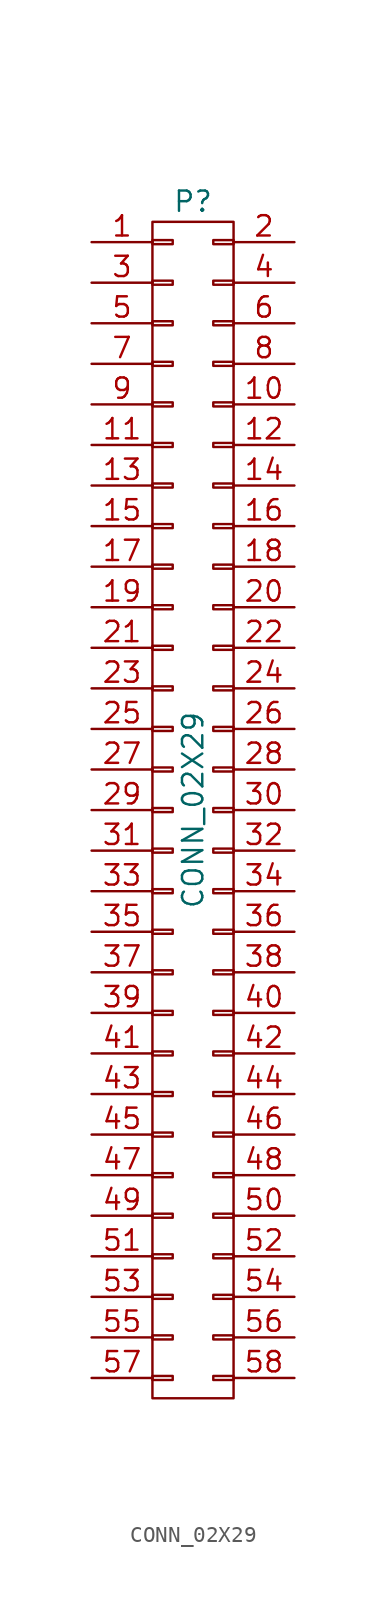
<source format=kicad_sym>
(kicad_symbol_lib
  (version 20231120)
  (generator "kicad_symbol_editor")
  (generator_version "8.0")
  (symbol "CONN_02X29"
    (pin_names
      (offset 0.025) hide)
    (property "Reference" "P"
      (at 0 38.1 0)
      (effects (font (size 1.27 1.27))))
    (property "Value" "CONN_02X29"
      (at 0 0 90)
      (effects (font (size 1.27 1.27))))
    (property "Footprint" ""
      (at 0 -13.97 0)
      (effects (font (size 1.27 1.27))))
    (property "Datasheet" ""
      (at 0 -13.97 0)
      (effects (font (size 1.27 1.27))))
    (symbol "CONN_02X29_0_1"
      (rectangle (start -2.54 -35.433) (end -1.27 -35.687) (stroke (width 0) (type solid)) (fill (type none)))
      (rectangle (start -2.54 -32.893) (end -1.27 -33.147) (stroke (width 0) (type solid)) (fill (type none)))
      (rectangle (start -2.54 -30.353) (end -1.27 -30.607) (stroke (width 0) (type solid)) (fill (type none)))
      (rectangle (start -2.54 -27.813) (end -1.27 -28.067) (stroke (width 0) (type solid)) (fill (type none)))
      (rectangle (start -2.54 -25.273) (end -1.27 -25.527) (stroke (width 0) (type solid)) (fill (type none)))
      (rectangle (start -2.54 -22.733) (end -1.27 -22.987) (stroke (width 0) (type solid)) (fill (type none)))
      (rectangle (start -2.54 -20.193) (end -1.27 -20.447) (stroke (width 0) (type solid)) (fill (type none)))
      (rectangle (start -2.54 -17.653) (end -1.27 -17.907) (stroke (width 0) (type solid)) (fill (type none)))
      (rectangle (start -2.54 -15.113) (end -1.27 -15.367) (stroke (width 0) (type solid)) (fill (type none)))
      (rectangle (start -2.54 -12.573) (end -1.27 -12.827) (stroke (width 0) (type solid)) (fill (type none)))
      (rectangle (start -2.54 -10.033) (end -1.27 -10.287) (stroke (width 0) (type solid)) (fill (type none)))
      (rectangle (start -2.54 -7.493) (end -1.27 -7.747) (stroke (width 0) (type solid)) (fill (type none)))
      (rectangle (start -2.54 -4.953) (end -1.27 -5.207) (stroke (width 0) (type solid)) (fill (type none)))
      (rectangle (start -2.54 -2.413) (end -1.27 -2.667) (stroke (width 0) (type solid)) (fill (type none)))
      (rectangle (start -2.54 0.127) (end -1.27 -0.127) (stroke (width 0) (type solid)) (fill (type none)))
      (rectangle (start -2.54 2.667) (end -1.27 2.413) (stroke (width 0) (type solid)) (fill (type none)))
      (rectangle (start -2.54 5.207) (end -1.27 4.953) (stroke (width 0) (type solid)) (fill (type none)))
      (rectangle (start -2.54 7.747) (end -1.27 7.493) (stroke (width 0) (type solid)) (fill (type none)))
      (rectangle (start -2.54 10.287) (end -1.27 10.033) (stroke (width 0) (type solid)) (fill (type none)))
      (rectangle (start -2.54 12.827) (end -1.27 12.573) (stroke (width 0) (type solid)) (fill (type none)))
      (rectangle (start -2.54 15.367) (end -1.27 15.113) (stroke (width 0) (type solid)) (fill (type none)))
      (rectangle (start -2.54 17.907) (end -1.27 17.653) (stroke (width 0) (type solid)) (fill (type none)))
      (rectangle (start -2.54 20.447) (end -1.27 20.193) (stroke (width 0) (type solid)) (fill (type none)))
      (rectangle (start -2.54 22.987) (end -1.27 22.733) (stroke (width 0) (type solid)) (fill (type none)))
      (rectangle (start -2.54 25.527) (end -1.27 25.273) (stroke (width 0) (type solid)) (fill (type none)))
      (rectangle (start -2.54 28.067) (end -1.27 27.813) (stroke (width 0) (type solid)) (fill (type none)))
      (rectangle (start -2.54 30.607) (end -1.27 30.353) (stroke (width 0) (type solid)) (fill (type none)))
      (rectangle (start -2.54 33.147) (end -1.27 32.893) (stroke (width 0) (type solid)) (fill (type none)))
      (rectangle (start -2.54 35.687) (end -1.27 35.433) (stroke (width 0) (type solid)) (fill (type none)))
      (rectangle (start -2.54 36.83) (end 2.54 -36.83) (stroke (width 0) (type solid)) (fill (type none)))
      (rectangle (start 1.27 -35.433) (end 2.54 -35.687) (stroke (width 0) (type solid)) (fill (type none)))
      (rectangle (start 1.27 -32.893) (end 2.54 -33.147) (stroke (width 0) (type solid)) (fill (type none)))
      (rectangle (start 1.27 -30.353) (end 2.54 -30.607) (stroke (width 0) (type solid)) (fill (type none)))
      (rectangle (start 1.27 -27.813) (end 2.54 -28.067) (stroke (width 0) (type solid)) (fill (type none)))
      (rectangle (start 1.27 -25.273) (end 2.54 -25.527) (stroke (width 0) (type solid)) (fill (type none)))
      (rectangle (start 1.27 -22.733) (end 2.54 -22.987) (stroke (width 0) (type solid)) (fill (type none)))
      (rectangle (start 1.27 -20.193) (end 2.54 -20.447) (stroke (width 0) (type solid)) (fill (type none)))
      (rectangle (start 1.27 -17.653) (end 2.54 -17.907) (stroke (width 0) (type solid)) (fill (type none)))
      (rectangle (start 1.27 -15.113) (end 2.54 -15.367) (stroke (width 0) (type solid)) (fill (type none)))
      (rectangle (start 1.27 -12.573) (end 2.54 -12.827) (stroke (width 0) (type solid)) (fill (type none)))
      (rectangle (start 1.27 -10.033) (end 2.54 -10.287) (stroke (width 0) (type solid)) (fill (type none)))
      (rectangle (start 1.27 -7.493) (end 2.54 -7.747) (stroke (width 0) (type solid)) (fill (type none)))
      (rectangle (start 1.27 -4.953) (end 2.54 -5.207) (stroke (width 0) (type solid)) (fill (type none)))
      (rectangle (start 1.27 -2.413) (end 2.54 -2.667) (stroke (width 0) (type solid)) (fill (type none)))
      (rectangle (start 1.27 0.127) (end 2.54 -0.127) (stroke (width 0) (type solid)) (fill (type none)))
      (rectangle (start 1.27 2.667) (end 2.54 2.413) (stroke (width 0) (type solid)) (fill (type none)))
      (rectangle (start 1.27 5.207) (end 2.54 4.953) (stroke (width 0) (type solid)) (fill (type none)))
      (rectangle (start 1.27 7.747) (end 2.54 7.493) (stroke (width 0) (type solid)) (fill (type none)))
      (rectangle (start 1.27 10.287) (end 2.54 10.033) (stroke (width 0) (type solid)) (fill (type none)))
      (rectangle (start 1.27 12.827) (end 2.54 12.573) (stroke (width 0) (type solid)) (fill (type none)))
      (rectangle (start 1.27 15.367) (end 2.54 15.113) (stroke (width 0) (type solid)) (fill (type none)))
      (rectangle (start 1.27 17.907) (end 2.54 17.653) (stroke (width 0) (type solid)) (fill (type none)))
      (rectangle (start 1.27 20.447) (end 2.54 20.193) (stroke (width 0) (type solid)) (fill (type none)))
      (rectangle (start 1.27 22.987) (end 2.54 22.733) (stroke (width 0) (type solid)) (fill (type none)))
      (rectangle (start 1.27 25.527) (end 2.54 25.273) (stroke (width 0) (type solid)) (fill (type none)))
      (rectangle (start 1.27 28.067) (end 2.54 27.813) (stroke (width 0) (type solid)) (fill (type none)))
      (rectangle (start 1.27 30.607) (end 2.54 30.353) (stroke (width 0) (type solid)) (fill (type none)))
      (rectangle (start 1.27 33.147) (end 2.54 32.893) (stroke (width 0) (type solid)) (fill (type none)))
      (rectangle (start 1.27 35.687) (end 2.54 35.433) (stroke (width 0) (type solid)) (fill (type none))))
    (symbol "CONN_02X29_1_1"
      (pin passive line (at -6.35 35.56 0) (length 3.81) (name "P1" (effects (font (size 1.27 1.27)))) (number "1" (effects (font (size 1.27 1.27)))))
      (pin passive line (at 6.35 25.4 180) (length 3.81) (name "P10" (effects (font (size 1.27 1.27)))) (number "10" (effects (font (size 1.27 1.27)))))
      (pin passive line (at -6.35 22.86 0) (length 3.81) (name "P11" (effects (font (size 1.27 1.27)))) (number "11" (effects (font (size 1.27 1.27)))))
      (pin passive line (at 6.35 22.86 180) (length 3.81) (name "P12" (effects (font (size 1.27 1.27)))) (number "12" (effects (font (size 1.27 1.27)))))
      (pin passive line (at -6.35 20.32 0) (length 3.81) (name "P13" (effects (font (size 1.27 1.27)))) (number "13" (effects (font (size 1.27 1.27)))))
      (pin passive line (at 6.35 20.32 180) (length 3.81) (name "P14" (effects (font (size 1.27 1.27)))) (number "14" (effects (font (size 1.27 1.27)))))
      (pin passive line (at -6.35 17.78 0) (length 3.81) (name "P15" (effects (font (size 1.27 1.27)))) (number "15" (effects (font (size 1.27 1.27)))))
      (pin passive line (at 6.35 17.78 180) (length 3.81) (name "P16" (effects (font (size 1.27 1.27)))) (number "16" (effects (font (size 1.27 1.27)))))
      (pin passive line (at -6.35 15.24 0) (length 3.81) (name "P17" (effects (font (size 1.27 1.27)))) (number "17" (effects (font (size 1.27 1.27)))))
      (pin passive line (at 6.35 15.24 180) (length 3.81) (name "P18" (effects (font (size 1.27 1.27)))) (number "18" (effects (font (size 1.27 1.27)))))
      (pin passive line (at -6.35 12.7 0) (length 3.81) (name "P19" (effects (font (size 1.27 1.27)))) (number "19" (effects (font (size 1.27 1.27)))))
      (pin passive line (at 6.35 35.56 180) (length 3.81) (name "P2" (effects (font (size 1.27 1.27)))) (number "2" (effects (font (size 1.27 1.27)))))
      (pin passive line (at 6.35 12.7 180) (length 3.81) (name "P20" (effects (font (size 1.27 1.27)))) (number "20" (effects (font (size 1.27 1.27)))))
      (pin passive line (at -6.35 10.16 0) (length 3.81) (name "P21" (effects (font (size 1.27 1.27)))) (number "21" (effects (font (size 1.27 1.27)))))
      (pin passive line (at 6.35 10.16 180) (length 3.81) (name "P22" (effects (font (size 1.27 1.27)))) (number "22" (effects (font (size 1.27 1.27)))))
      (pin passive line (at -6.35 7.62 0) (length 3.81) (name "P23" (effects (font (size 1.27 1.27)))) (number "23" (effects (font (size 1.27 1.27)))))
      (pin passive line (at 6.35 7.62 180) (length 3.81) (name "P24" (effects (font (size 1.27 1.27)))) (number "24" (effects (font (size 1.27 1.27)))))
      (pin passive line (at -6.35 5.08 0) (length 3.81) (name "P25" (effects (font (size 1.27 1.27)))) (number "25" (effects (font (size 1.27 1.27)))))
      (pin passive line (at 6.35 5.08 180) (length 3.81) (name "P26" (effects (font (size 1.27 1.27)))) (number "26" (effects (font (size 1.27 1.27)))))
      (pin passive line (at -6.35 2.54 0) (length 3.81) (name "P27" (effects (font (size 1.27 1.27)))) (number "27" (effects (font (size 1.27 1.27)))))
      (pin passive line (at 6.35 2.54 180) (length 3.81) (name "P28" (effects (font (size 1.27 1.27)))) (number "28" (effects (font (size 1.27 1.27)))))
      (pin passive line (at -6.35 0 0) (length 3.81) (name "P29" (effects (font (size 1.27 1.27)))) (number "29" (effects (font (size 1.27 1.27)))))
      (pin passive line (at -6.35 33.02 0) (length 3.81) (name "P3" (effects (font (size 1.27 1.27)))) (number "3" (effects (font (size 1.27 1.27)))))
      (pin passive line (at 6.35 0 180) (length 3.81) (name "P30" (effects (font (size 1.27 1.27)))) (number "30" (effects (font (size 1.27 1.27)))))
      (pin passive line (at -6.35 -2.54 0) (length 3.81) (name "P31" (effects (font (size 1.27 1.27)))) (number "31" (effects (font (size 1.27 1.27)))))
      (pin passive line (at 6.35 -2.54 180) (length 3.81) (name "P32" (effects (font (size 1.27 1.27)))) (number "32" (effects (font (size 1.27 1.27)))))
      (pin passive line (at -6.35 -5.08 0) (length 3.81) (name "P33" (effects (font (size 1.27 1.27)))) (number "33" (effects (font (size 1.27 1.27)))))
      (pin passive line (at 6.35 -5.08 180) (length 3.81) (name "P34" (effects (font (size 1.27 1.27)))) (number "34" (effects (font (size 1.27 1.27)))))
      (pin passive line (at -6.35 -7.62 0) (length 3.81) (name "P35" (effects (font (size 1.27 1.27)))) (number "35" (effects (font (size 1.27 1.27)))))
      (pin passive line (at 6.35 -7.62 180) (length 3.81) (name "P36" (effects (font (size 1.27 1.27)))) (number "36" (effects (font (size 1.27 1.27)))))
      (pin passive line (at -6.35 -10.16 0) (length 3.81) (name "P37" (effects (font (size 1.27 1.27)))) (number "37" (effects (font (size 1.27 1.27)))))
      (pin passive line (at 6.35 -10.16 180) (length 3.81) (name "P38" (effects (font (size 1.27 1.27)))) (number "38" (effects (font (size 1.27 1.27)))))
      (pin passive line (at -6.35 -12.7 0) (length 3.81) (name "P39" (effects (font (size 1.27 1.27)))) (number "39" (effects (font (size 1.27 1.27)))))
      (pin passive line (at 6.35 33.02 180) (length 3.81) (name "P4" (effects (font (size 1.27 1.27)))) (number "4" (effects (font (size 1.27 1.27)))))
      (pin passive line (at 6.35 -12.7 180) (length 3.81) (name "P40" (effects (font (size 1.27 1.27)))) (number "40" (effects (font (size 1.27 1.27)))))
      (pin passive line (at -6.35 -15.24 0) (length 3.81) (name "P41" (effects (font (size 1.27 1.27)))) (number "41" (effects (font (size 1.27 1.27)))))
      (pin passive line (at 6.35 -15.24 180) (length 3.81) (name "P42" (effects (font (size 1.27 1.27)))) (number "42" (effects (font (size 1.27 1.27)))))
      (pin passive line (at -6.35 -17.78 0) (length 3.81) (name "P43" (effects (font (size 1.27 1.27)))) (number "43" (effects (font (size 1.27 1.27)))))
      (pin passive line (at 6.35 -17.78 180) (length 3.81) (name "P44" (effects (font (size 1.27 1.27)))) (number "44" (effects (font (size 1.27 1.27)))))
      (pin passive line (at -6.35 -20.32 0) (length 3.81) (name "P45" (effects (font (size 1.27 1.27)))) (number "45" (effects (font (size 1.27 1.27)))))
      (pin passive line (at 6.35 -20.32 180) (length 3.81) (name "P46" (effects (font (size 1.27 1.27)))) (number "46" (effects (font (size 1.27 1.27)))))
      (pin passive line (at -6.35 -22.86 0) (length 3.81) (name "P47" (effects (font (size 1.27 1.27)))) (number "47" (effects (font (size 1.27 1.27)))))
      (pin passive line (at 6.35 -22.86 180) (length 3.81) (name "P48" (effects (font (size 1.27 1.27)))) (number "48" (effects (font (size 1.27 1.27)))))
      (pin passive line (at -6.35 -25.4 0) (length 3.81) (name "P49" (effects (font (size 1.27 1.27)))) (number "49" (effects (font (size 1.27 1.27)))))
      (pin passive line (at -6.35 30.48 0) (length 3.81) (name "P5" (effects (font (size 1.27 1.27)))) (number "5" (effects (font (size 1.27 1.27)))))
      (pin passive line (at 6.35 -25.4 180) (length 3.81) (name "P50" (effects (font (size 1.27 1.27)))) (number "50" (effects (font (size 1.27 1.27)))))
      (pin passive line (at -6.35 -27.94 0) (length 3.81) (name "P51" (effects (font (size 1.27 1.27)))) (number "51" (effects (font (size 1.27 1.27)))))
      (pin passive line (at 6.35 -27.94 180) (length 3.81) (name "P52" (effects (font (size 1.27 1.27)))) (number "52" (effects (font (size 1.27 1.27)))))
      (pin passive line (at -6.35 -30.48 0) (length 3.81) (name "P53" (effects (font (size 1.27 1.27)))) (number "53" (effects (font (size 1.27 1.27)))))
      (pin passive line (at 6.35 -30.48 180) (length 3.81) (name "P54" (effects (font (size 1.27 1.27)))) (number "54" (effects (font (size 1.27 1.27)))))
      (pin passive line (at -6.35 -33.02 0) (length 3.81) (name "P55" (effects (font (size 1.27 1.27)))) (number "55" (effects (font (size 1.27 1.27)))))
      (pin passive line (at 6.35 -33.02 180) (length 3.81) (name "P56" (effects (font (size 1.27 1.27)))) (number "56" (effects (font (size 1.27 1.27)))))
      (pin passive line (at -6.35 -35.56 0) (length 3.81) (name "P57" (effects (font (size 1.27 1.27)))) (number "57" (effects (font (size 1.27 1.27)))))
      (pin passive line (at 6.35 -35.56 180) (length 3.81) (name "P58" (effects (font (size 1.27 1.27)))) (number "58" (effects (font (size 1.27 1.27)))))
      (pin passive line (at 6.35 30.48 180) (length 3.81) (name "P6" (effects (font (size 1.27 1.27)))) (number "6" (effects (font (size 1.27 1.27)))))
      (pin passive line (at -6.35 27.94 0) (length 3.81) (name "P7" (effects (font (size 1.27 1.27)))) (number "7" (effects (font (size 1.27 1.27)))))
      (pin passive line (at 6.35 27.94 180) (length 3.81) (name "P8" (effects (font (size 1.27 1.27)))) (number "8" (effects (font (size 1.27 1.27)))))
      (pin passive line (at -6.35 25.4 0) (length 3.81) (name "P9" (effects (font (size 1.27 1.27)))) (number "9" (effects (font (size 1.27 1.27))))))))
</source>
